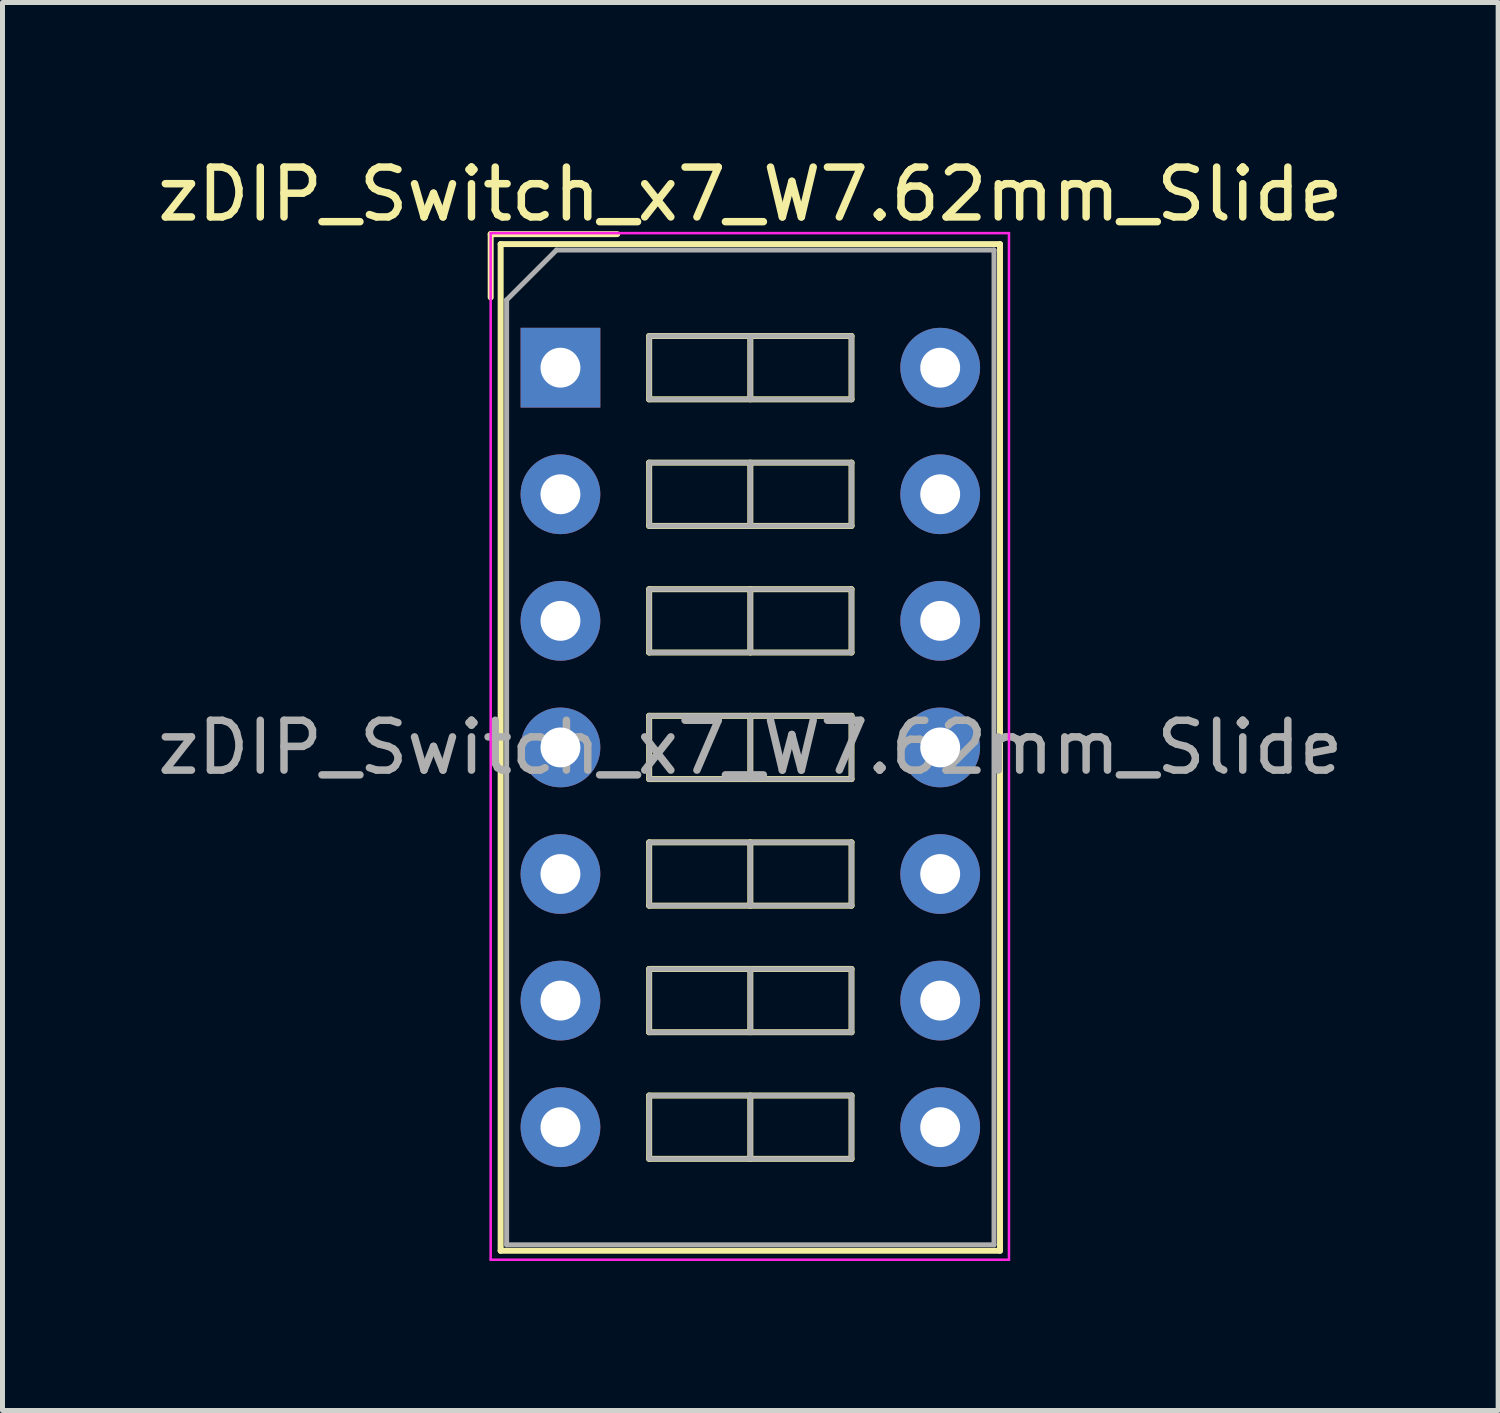
<source format=kicad_pcb>
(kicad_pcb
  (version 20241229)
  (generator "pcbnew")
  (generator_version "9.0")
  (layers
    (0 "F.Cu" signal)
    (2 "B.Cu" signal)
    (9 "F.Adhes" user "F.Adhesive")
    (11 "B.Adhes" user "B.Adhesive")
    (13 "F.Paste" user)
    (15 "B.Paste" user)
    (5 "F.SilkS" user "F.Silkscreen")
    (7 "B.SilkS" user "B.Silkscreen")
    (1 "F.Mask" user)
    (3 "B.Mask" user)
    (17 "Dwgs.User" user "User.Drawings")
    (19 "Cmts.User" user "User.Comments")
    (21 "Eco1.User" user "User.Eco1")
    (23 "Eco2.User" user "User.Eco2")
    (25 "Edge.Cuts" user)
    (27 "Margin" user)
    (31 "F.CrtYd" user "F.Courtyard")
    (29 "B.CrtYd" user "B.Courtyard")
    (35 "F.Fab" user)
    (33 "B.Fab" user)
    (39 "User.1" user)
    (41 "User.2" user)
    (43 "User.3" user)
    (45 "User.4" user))
  (footprint "zDIP_Switch_x7_W7.62mm_Slide"
    (layer "F.Cu")
    (at 8.196 4.328)
    (property "Reference" "zDIP_Switch_x7_W7.62mm_Slide" (at 3.81 -3.48 0) (layer "F.SilkS") (effects (font (size 1 1) (thickness 0.15))))
    (attr through_hole)
    (fp_line (start -1.4 -2.68) (end -1.4 -1.41) (stroke (width 0.12) (type solid)) (layer "F.SilkS"))
    (fp_line (start -1.4 -2.68) (end 1.14 -2.68) (stroke (width 0.12) (type solid)) (layer "F.SilkS"))
    (fp_line (start -1.2 -2.48) (end 8.82 -2.48) (stroke (width 0.12) (type solid)) (layer "F.SilkS"))
    (fp_line (start -1.2 17.72) (end -1.2 -2.48) (stroke (width 0.12) (type solid)) (layer "F.SilkS"))
    (fp_line (start 1.78 -0.635) (end 1.78 0.635) (stroke (width 0.12) (type solid)) (layer "F.SilkS"))
    (fp_line (start 1.78 0.635) (end 5.84 0.635) (stroke (width 0.12) (type solid)) (layer "F.SilkS"))
    (fp_line (start 1.78 1.905) (end 1.78 3.175) (stroke (width 0.12) (type solid)) (layer "F.SilkS"))
    (fp_line (start 1.78 3.175) (end 5.84 3.175) (stroke (width 0.12) (type solid)) (layer "F.SilkS"))
    (fp_line (start 1.78 4.445) (end 1.78 5.715) (stroke (width 0.12) (type solid)) (layer "F.SilkS"))
    (fp_line (start 1.78 5.715) (end 5.84 5.715) (stroke (width 0.12) (type solid)) (layer "F.SilkS"))
    (fp_line (start 1.78 6.985) (end 1.78 8.255) (stroke (width 0.12) (type solid)) (layer "F.SilkS"))
    (fp_line (start 1.78 8.255) (end 5.84 8.255) (stroke (width 0.12) (type solid)) (layer "F.SilkS"))
    (fp_line (start 1.78 9.525) (end 1.78 10.795) (stroke (width 0.12) (type solid)) (layer "F.SilkS"))
    (fp_line (start 1.78 10.795) (end 5.84 10.795) (stroke (width 0.12) (type solid)) (layer "F.SilkS"))
    (fp_line (start 1.78 12.065) (end 1.78 13.335) (stroke (width 0.12) (type solid)) (layer "F.SilkS"))
    (fp_line (start 1.78 13.335) (end 5.84 13.335) (stroke (width 0.12) (type solid)) (layer "F.SilkS"))
    (fp_line (start 1.78 14.605) (end 1.78 15.875) (stroke (width 0.12) (type solid)) (layer "F.SilkS"))
    (fp_line (start 1.78 15.875) (end 5.84 15.875) (stroke (width 0.12) (type solid)) (layer "F.SilkS"))
    (fp_line (start 3.81 -0.635) (end 3.81 0.635) (stroke (width 0.12) (type solid)) (layer "F.SilkS"))
    (fp_line (start 3.81 1.905) (end 3.81 3.175) (stroke (width 0.12) (type solid)) (layer "F.SilkS"))
    (fp_line (start 3.81 4.445) (end 3.81 5.715) (stroke (width 0.12) (type solid)) (layer "F.SilkS"))
    (fp_line (start 3.81 6.985) (end 3.81 8.255) (stroke (width 0.12) (type solid)) (layer "F.SilkS"))
    (fp_line (start 3.81 9.525) (end 3.81 10.795) (stroke (width 0.12) (type solid)) (layer "F.SilkS"))
    (fp_line (start 3.81 12.065) (end 3.81 13.335) (stroke (width 0.12) (type solid)) (layer "F.SilkS"))
    (fp_line (start 3.81 14.605) (end 3.81 15.875) (stroke (width 0.12) (type solid)) (layer "F.SilkS"))
    (fp_line (start 5.84 -0.635) (end 1.78 -0.635) (stroke (width 0.12) (type solid)) (layer "F.SilkS"))
    (fp_line (start 5.84 0.635) (end 5.84 -0.635) (stroke (width 0.12) (type solid)) (layer "F.SilkS"))
    (fp_line (start 5.84 1.905) (end 1.78 1.905) (stroke (width 0.12) (type solid)) (layer "F.SilkS"))
    (fp_line (start 5.84 3.175) (end 5.84 1.905) (stroke (width 0.12) (type solid)) (layer "F.SilkS"))
    (fp_line (start 5.84 4.445) (end 1.78 4.445) (stroke (width 0.12) (type solid)) (layer "F.SilkS"))
    (fp_line (start 5.84 5.715) (end 5.84 4.445) (stroke (width 0.12) (type solid)) (layer "F.SilkS"))
    (fp_line (start 5.84 6.985) (end 1.78 6.985) (stroke (width 0.12) (type solid)) (layer "F.SilkS"))
    (fp_line (start 5.84 8.255) (end 5.84 6.985) (stroke (width 0.12) (type solid)) (layer "F.SilkS"))
    (fp_line (start 5.84 9.525) (end 1.78 9.525) (stroke (width 0.12) (type solid)) (layer "F.SilkS"))
    (fp_line (start 5.84 10.795) (end 5.84 9.525) (stroke (width 0.12) (type solid)) (layer "F.SilkS"))
    (fp_line (start 5.84 12.065) (end 1.78 12.065) (stroke (width 0.12) (type solid)) (layer "F.SilkS"))
    (fp_line (start 5.84 13.335) (end 5.84 12.065) (stroke (width 0.12) (type solid)) (layer "F.SilkS"))
    (fp_line (start 5.84 14.605) (end 1.78 14.605) (stroke (width 0.12) (type solid)) (layer "F.SilkS"))
    (fp_line (start 5.84 15.875) (end 5.84 14.605) (stroke (width 0.12) (type solid)) (layer "F.SilkS"))
    (fp_line (start 8.82 -2.48) (end 8.82 17.72) (stroke (width 0.12) (type solid)) (layer "F.SilkS"))
    (fp_line (start 8.82 17.72) (end -1.2 17.72) (stroke (width 0.12) (type solid)) (layer "F.SilkS"))
    (fp_line (start -1.4 -2.7) (end -1.4 17.9) (stroke (width 0.05) (type solid)) (layer "F.CrtYd"))
    (fp_line (start -1.4 17.9) (end 9 17.9) (stroke (width 0.05) (type solid)) (layer "F.CrtYd"))
    (fp_line (start 9 -2.7) (end -1.4 -2.7) (stroke (width 0.05) (type solid)) (layer "F.CrtYd"))
    (fp_line (start 9 17.9) (end 9 -2.7) (stroke (width 0.05) (type solid)) (layer "F.CrtYd"))
    (fp_line (start -1.08 -1.36) (end -0.08 -2.36) (stroke (width 0.1) (type solid)) (layer "F.Fab"))
    (fp_line (start -1.08 17.6) (end -1.08 -1.36) (stroke (width 0.1) (type solid)) (layer "F.Fab"))
    (fp_line (start -0.08 -2.36) (end 8.7 -2.36) (stroke (width 0.1) (type solid)) (layer "F.Fab"))
    (fp_line (start 1.78 -0.635) (end 1.78 0.635) (stroke (width 0.1) (type solid)) (layer "F.Fab"))
    (fp_line (start 1.78 0.635) (end 5.84 0.635) (stroke (width 0.1) (type solid)) (layer "F.Fab"))
    (fp_line (start 1.78 1.905) (end 1.78 3.175) (stroke (width 0.1) (type solid)) (layer "F.Fab"))
    (fp_line (start 1.78 3.175) (end 5.84 3.175) (stroke (width 0.1) (type solid)) (layer "F.Fab"))
    (fp_line (start 1.78 4.445) (end 1.78 5.715) (stroke (width 0.1) (type solid)) (layer "F.Fab"))
    (fp_line (start 1.78 5.715) (end 5.84 5.715) (stroke (width 0.1) (type solid)) (layer "F.Fab"))
    (fp_line (start 1.78 6.985) (end 1.78 8.255) (stroke (width 0.1) (type solid)) (layer "F.Fab"))
    (fp_line (start 1.78 8.255) (end 5.84 8.255) (stroke (width 0.1) (type solid)) (layer "F.Fab"))
    (fp_line (start 1.78 9.525) (end 1.78 10.795) (stroke (width 0.1) (type solid)) (layer "F.Fab"))
    (fp_line (start 1.78 10.795) (end 5.84 10.795) (stroke (width 0.1) (type solid)) (layer "F.Fab"))
    (fp_line (start 1.78 12.065) (end 1.78 13.335) (stroke (width 0.1) (type solid)) (layer "F.Fab"))
    (fp_line (start 1.78 13.335) (end 5.84 13.335) (stroke (width 0.1) (type solid)) (layer "F.Fab"))
    (fp_line (start 1.78 14.605) (end 1.78 15.875) (stroke (width 0.1) (type solid)) (layer "F.Fab"))
    (fp_line (start 1.78 15.875) (end 5.84 15.875) (stroke (width 0.1) (type solid)) (layer "F.Fab"))
    (fp_line (start 3.81 -0.635) (end 3.81 0.635) (stroke (width 0.1) (type solid)) (layer "F.Fab"))
    (fp_line (start 3.81 1.905) (end 3.81 3.175) (stroke (width 0.1) (type solid)) (layer "F.Fab"))
    (fp_line (start 3.81 4.445) (end 3.81 5.715) (stroke (width 0.1) (type solid)) (layer "F.Fab"))
    (fp_line (start 3.81 6.985) (end 3.81 8.255) (stroke (width 0.1) (type solid)) (layer "F.Fab"))
    (fp_line (start 3.81 9.525) (end 3.81 10.795) (stroke (width 0.1) (type solid)) (layer "F.Fab"))
    (fp_line (start 3.81 12.065) (end 3.81 13.335) (stroke (width 0.1) (type solid)) (layer "F.Fab"))
    (fp_line (start 3.81 14.605) (end 3.81 15.875) (stroke (width 0.1) (type solid)) (layer "F.Fab"))
    (fp_line (start 5.84 -0.635) (end 1.78 -0.635) (stroke (width 0.1) (type solid)) (layer "F.Fab"))
    (fp_line (start 5.84 0.635) (end 5.84 -0.635) (stroke (width 0.1) (type solid)) (layer "F.Fab"))
    (fp_line (start 5.84 1.905) (end 1.78 1.905) (stroke (width 0.1) (type solid)) (layer "F.Fab"))
    (fp_line (start 5.84 3.175) (end 5.84 1.905) (stroke (width 0.1) (type solid)) (layer "F.Fab"))
    (fp_line (start 5.84 4.445) (end 1.78 4.445) (stroke (width 0.1) (type solid)) (layer "F.Fab"))
    (fp_line (start 5.84 5.715) (end 5.84 4.445) (stroke (width 0.1) (type solid)) (layer "F.Fab"))
    (fp_line (start 5.84 6.985) (end 1.78 6.985) (stroke (width 0.1) (type solid)) (layer "F.Fab"))
    (fp_line (start 5.84 8.255) (end 5.84 6.985) (stroke (width 0.1) (type solid)) (layer "F.Fab"))
    (fp_line (start 5.84 9.525) (end 1.78 9.525) (stroke (width 0.1) (type solid)) (layer "F.Fab"))
    (fp_line (start 5.84 10.795) (end 5.84 9.525) (stroke (width 0.1) (type solid)) (layer "F.Fab"))
    (fp_line (start 5.84 12.065) (end 1.78 12.065) (stroke (width 0.1) (type solid)) (layer "F.Fab"))
    (fp_line (start 5.84 13.335) (end 5.84 12.065) (stroke (width 0.1) (type solid)) (layer "F.Fab"))
    (fp_line (start 5.84 14.605) (end 1.78 14.605) (stroke (width 0.1) (type solid)) (layer "F.Fab"))
    (fp_line (start 5.84 15.875) (end 5.84 14.605) (stroke (width 0.1) (type solid)) (layer "F.Fab"))
    (fp_line (start 8.7 -2.36) (end 8.7 17.6) (stroke (width 0.1) (type solid)) (layer "F.Fab"))
    (fp_line (start 8.7 17.6) (end -1.08 17.6) (stroke (width 0.1) (type solid)) (layer "F.Fab"))
    (fp_text user "${REFERENCE}" (at 3.81 7.62 0) (layer "F.Fab") (effects (font (size 1 1) (thickness 0.15))))
    (pad "1" thru_hole rect (at 0 0) (size 1.6 1.6) (drill 0.8) (layers "*.Cu" "*.Mask"))
    (pad "2" thru_hole oval (at 0 2.54) (size 1.6 1.6) (drill 0.8) (layers "*.Cu" "*.Mask"))
    (pad "3" thru_hole oval (at 0 5.08) (size 1.6 1.6) (drill 0.8) (layers "*.Cu" "*.Mask"))
    (pad "4" thru_hole oval (at 0 7.62) (size 1.6 1.6) (drill 0.8) (layers "*.Cu" "*.Mask"))
    (pad "5" thru_hole oval (at 0 10.16) (size 1.6 1.6) (drill 0.8) (layers "*.Cu" "*.Mask"))
    (pad "6" thru_hole oval (at 0 12.7) (size 1.6 1.6) (drill 0.8) (layers "*.Cu" "*.Mask"))
    (pad "7" thru_hole oval (at 0 15.24) (size 1.6 1.6) (drill 0.8) (layers "*.Cu" "*.Mask"))
    (pad "8" thru_hole oval (at 7.62 15.24) (size 1.6 1.6) (drill 0.8) (layers "*.Cu" "*.Mask"))
    (pad "9" thru_hole oval (at 7.62 12.7) (size 1.6 1.6) (drill 0.8) (layers "*.Cu" "*.Mask"))
    (pad "10" thru_hole oval (at 7.62 10.16) (size 1.6 1.6) (drill 0.8) (layers "*.Cu" "*.Mask"))
    (pad "11" thru_hole oval (at 7.62 7.62) (size 1.6 1.6) (drill 0.8) (layers "*.Cu" "*.Mask"))
    (pad "12" thru_hole oval (at 7.62 5.08) (size 1.6 1.6) (drill 0.8) (layers "*.Cu" "*.Mask"))
    (pad "13" thru_hole oval (at 7.62 2.54) (size 1.6 1.6) (drill 0.8) (layers "*.Cu" "*.Mask"))
    (pad "14" thru_hole oval (at 7.62 0) (size 1.6 1.6) (drill 0.8) (layers "*.Cu" "*.Mask")))
  (gr_rect
    (start -3 -3)
    (end 27.012 25.253)
    (stroke (width 0.1) (type default))
    (fill no)
    (layer "Edge.Cuts")))
</source>
